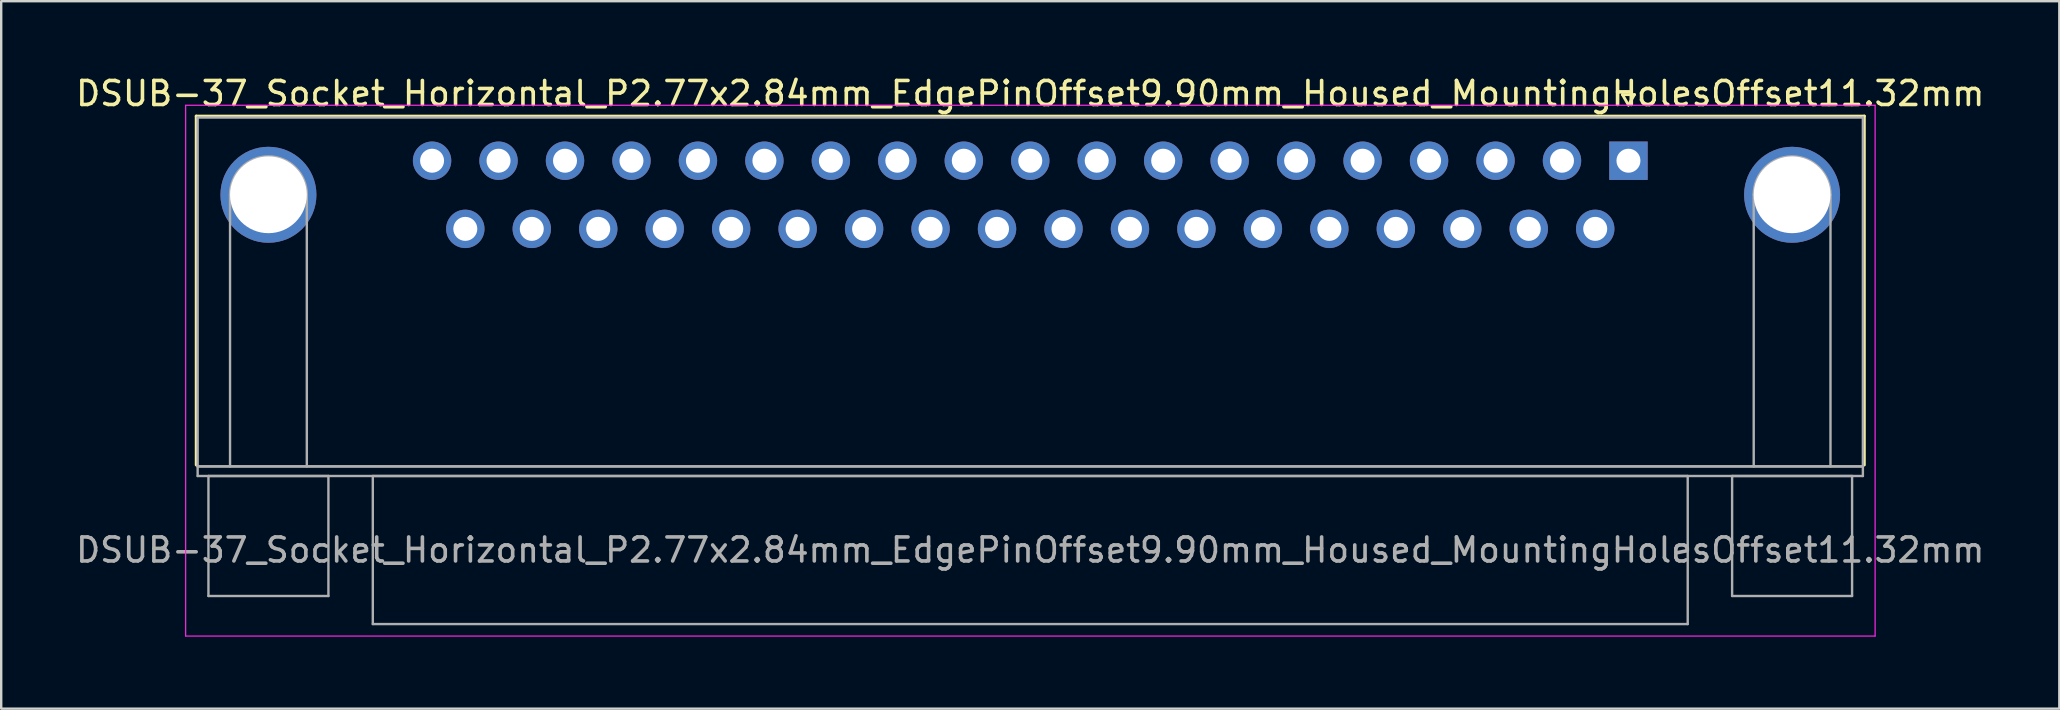
<source format=kicad_pcb>
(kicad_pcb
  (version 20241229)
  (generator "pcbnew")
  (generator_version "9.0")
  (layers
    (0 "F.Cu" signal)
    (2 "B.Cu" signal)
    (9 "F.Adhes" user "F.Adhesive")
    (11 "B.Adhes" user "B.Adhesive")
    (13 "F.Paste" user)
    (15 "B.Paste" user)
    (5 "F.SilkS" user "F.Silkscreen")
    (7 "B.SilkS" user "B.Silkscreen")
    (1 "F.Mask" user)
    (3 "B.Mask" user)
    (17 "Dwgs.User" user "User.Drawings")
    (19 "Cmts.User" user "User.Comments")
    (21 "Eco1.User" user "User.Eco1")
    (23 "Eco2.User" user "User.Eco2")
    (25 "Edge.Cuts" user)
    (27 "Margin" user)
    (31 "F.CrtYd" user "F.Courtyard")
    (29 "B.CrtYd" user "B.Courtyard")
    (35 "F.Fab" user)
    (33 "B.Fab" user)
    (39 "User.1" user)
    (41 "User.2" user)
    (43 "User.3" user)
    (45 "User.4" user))
  (footprint "DSUB-37_Socket_Horizontal_P2.77x2.84mm_EdgePinOffset9.90mm_Housed_MountingHolesOffset11.32mm"
    (layer "F.Cu")
    (at 64.817 3.648)
    (property "Reference" "DSUB-37_Socket_Horizontal_P2.77x2.84mm_EdgePinOffset9.90mm_Housed_MountingHolesOffset11.32mm" (at -24.93 -2.8 0) (layer "F.SilkS") (effects (font (size 1 1) (thickness 0.15))))
    (attr through_hole)
    (fp_line (start -59.69 -1.86) (end 9.83 -1.86) (stroke (width 0.12) (type solid)) (layer "F.SilkS"))
    (fp_line (start -59.69 12.68) (end -59.69 -1.86) (stroke (width 0.12) (type solid)) (layer "F.SilkS"))
    (fp_line (start -0.25 -2.754) (end 0.25 -2.754) (stroke (width 0.12) (type solid)) (layer "F.SilkS"))
    (fp_line (start 0 -2.321) (end -0.25 -2.754) (stroke (width 0.12) (type solid)) (layer "F.SilkS"))
    (fp_line (start 0.25 -2.754) (end 0 -2.321) (stroke (width 0.12) (type solid)) (layer "F.SilkS"))
    (fp_line (start 9.83 -1.86) (end 9.83 12.68) (stroke (width 0.12) (type solid)) (layer "F.SilkS"))
    (fp_line (start -60.13 -2.31) (end -60.13 19.81) (stroke (width 0.05) (type solid)) (layer "F.CrtYd"))
    (fp_line (start -60.13 19.81) (end 10.28 19.81) (stroke (width 0.05) (type solid)) (layer "F.CrtYd"))
    (fp_line (start 10.28 -2.31) (end -60.13 -2.31) (stroke (width 0.05) (type solid)) (layer "F.CrtYd"))
    (fp_line (start 10.28 19.81) (end 10.28 -2.31) (stroke (width 0.05) (type solid)) (layer "F.CrtYd"))
    (fp_line (start -59.63 -1.8) (end -59.63 12.74) (stroke (width 0.1) (type solid)) (layer "F.Fab"))
    (fp_line (start -59.63 12.74) (end -59.63 13.14) (stroke (width 0.1) (type solid)) (layer "F.Fab"))
    (fp_line (start -59.63 12.74) (end 9.77 12.74) (stroke (width 0.1) (type solid)) (layer "F.Fab"))
    (fp_line (start -59.63 13.14) (end 9.77 13.14) (stroke (width 0.1) (type solid)) (layer "F.Fab"))
    (fp_line (start -59.18 13.14) (end -59.18 18.14) (stroke (width 0.1) (type solid)) (layer "F.Fab"))
    (fp_line (start -59.18 18.14) (end -54.18 18.14) (stroke (width 0.1) (type solid)) (layer "F.Fab"))
    (fp_line (start -58.28 12.74) (end -58.28 1.42) (stroke (width 0.1) (type solid)) (layer "F.Fab"))
    (fp_line (start -55.08 12.74) (end -55.08 1.42) (stroke (width 0.1) (type solid)) (layer "F.Fab"))
    (fp_line (start -54.18 13.14) (end -59.18 13.14) (stroke (width 0.1) (type solid)) (layer "F.Fab"))
    (fp_line (start -54.18 18.14) (end -54.18 13.14) (stroke (width 0.1) (type solid)) (layer "F.Fab"))
    (fp_line (start -52.33 13.14) (end -52.33 19.31) (stroke (width 0.1) (type solid)) (layer "F.Fab"))
    (fp_line (start -52.33 19.31) (end 2.47 19.31) (stroke (width 0.1) (type solid)) (layer "F.Fab"))
    (fp_line (start 2.47 13.14) (end -52.33 13.14) (stroke (width 0.1) (type solid)) (layer "F.Fab"))
    (fp_line (start 2.47 19.31) (end 2.47 13.14) (stroke (width 0.1) (type solid)) (layer "F.Fab"))
    (fp_line (start 4.32 13.14) (end 4.32 18.14) (stroke (width 0.1) (type solid)) (layer "F.Fab"))
    (fp_line (start 4.32 18.14) (end 9.32 18.14) (stroke (width 0.1) (type solid)) (layer "F.Fab"))
    (fp_line (start 5.22 12.74) (end 5.22 1.42) (stroke (width 0.1) (type solid)) (layer "F.Fab"))
    (fp_line (start 8.42 12.74) (end 8.42 1.42) (stroke (width 0.1) (type solid)) (layer "F.Fab"))
    (fp_line (start 9.32 13.14) (end 4.32 13.14) (stroke (width 0.1) (type solid)) (layer "F.Fab"))
    (fp_line (start 9.32 18.14) (end 9.32 13.14) (stroke (width 0.1) (type solid)) (layer "F.Fab"))
    (fp_line (start 9.77 -1.8) (end -59.63 -1.8) (stroke (width 0.1) (type solid)) (layer "F.Fab"))
    (fp_line (start 9.77 12.74) (end -59.63 12.74) (stroke (width 0.1) (type solid)) (layer "F.Fab"))
    (fp_line (start 9.77 12.74) (end 9.77 -1.8) (stroke (width 0.1) (type solid)) (layer "F.Fab"))
    (fp_line (start 9.77 13.14) (end 9.77 12.74) (stroke (width 0.1) (type solid)) (layer "F.Fab"))
    (fp_arc (start -58.28 1.42) (mid -56.68 -0.18) (end -55.08 1.42) (stroke (width 0.1) (type solid)) (layer "F.Fab"))
    (fp_arc (start 5.22 1.42) (mid 6.82 -0.18) (end 8.42 1.42) (stroke (width 0.1) (type solid)) (layer "F.Fab"))
    (fp_text user "${REFERENCE}" (at -24.93 16.225 0) (layer "F.Fab") (effects (font (size 1 1) (thickness 0.15))))
    (pad "0" thru_hole circle (at -56.68 1.42) (size 4 4) (drill 3.2) (layers "*.Cu" "*.Mask"))
    (pad "0" thru_hole circle (at 6.82 1.42) (size 4 4) (drill 3.2) (layers "*.Cu" "*.Mask"))
    (pad "1" thru_hole rect (at 0 0) (size 1.6 1.6) (drill 1) (layers "*.Cu" "*.Mask"))
    (pad "2" thru_hole circle (at -2.77 0) (size 1.6 1.6) (drill 1) (layers "*.Cu" "*.Mask"))
    (pad "3" thru_hole circle (at -5.54 0) (size 1.6 1.6) (drill 1) (layers "*.Cu" "*.Mask"))
    (pad "4" thru_hole circle (at -8.31 0) (size 1.6 1.6) (drill 1) (layers "*.Cu" "*.Mask"))
    (pad "5" thru_hole circle (at -11.08 0) (size 1.6 1.6) (drill 1) (layers "*.Cu" "*.Mask"))
    (pad "6" thru_hole circle (at -13.85 0) (size 1.6 1.6) (drill 1) (layers "*.Cu" "*.Mask"))
    (pad "7" thru_hole circle (at -16.62 0) (size 1.6 1.6) (drill 1) (layers "*.Cu" "*.Mask"))
    (pad "8" thru_hole circle (at -19.39 0) (size 1.6 1.6) (drill 1) (layers "*.Cu" "*.Mask"))
    (pad "9" thru_hole circle (at -22.16 0) (size 1.6 1.6) (drill 1) (layers "*.Cu" "*.Mask"))
    (pad "10" thru_hole circle (at -24.93 0) (size 1.6 1.6) (drill 1) (layers "*.Cu" "*.Mask"))
    (pad "11" thru_hole circle (at -27.7 0) (size 1.6 1.6) (drill 1) (layers "*.Cu" "*.Mask"))
    (pad "12" thru_hole circle (at -30.47 0) (size 1.6 1.6) (drill 1) (layers "*.Cu" "*.Mask"))
    (pad "13" thru_hole circle (at -33.24 0) (size 1.6 1.6) (drill 1) (layers "*.Cu" "*.Mask"))
    (pad "14" thru_hole circle (at -36.01 0) (size 1.6 1.6) (drill 1) (layers "*.Cu" "*.Mask"))
    (pad "15" thru_hole circle (at -38.78 0) (size 1.6 1.6) (drill 1) (layers "*.Cu" "*.Mask"))
    (pad "16" thru_hole circle (at -41.55 0) (size 1.6 1.6) (drill 1) (layers "*.Cu" "*.Mask"))
    (pad "17" thru_hole circle (at -44.32 0) (size 1.6 1.6) (drill 1) (layers "*.Cu" "*.Mask"))
    (pad "18" thru_hole circle (at -47.09 0) (size 1.6 1.6) (drill 1) (layers "*.Cu" "*.Mask"))
    (pad "19" thru_hole circle (at -49.86 0) (size 1.6 1.6) (drill 1) (layers "*.Cu" "*.Mask"))
    (pad "20" thru_hole circle (at -1.385 2.84) (size 1.6 1.6) (drill 1) (layers "*.Cu" "*.Mask"))
    (pad "21" thru_hole circle (at -4.155 2.84) (size 1.6 1.6) (drill 1) (layers "*.Cu" "*.Mask"))
    (pad "22" thru_hole circle (at -6.925 2.84) (size 1.6 1.6) (drill 1) (layers "*.Cu" "*.Mask"))
    (pad "23" thru_hole circle (at -9.695 2.84) (size 1.6 1.6) (drill 1) (layers "*.Cu" "*.Mask"))
    (pad "24" thru_hole circle (at -12.465 2.84) (size 1.6 1.6) (drill 1) (layers "*.Cu" "*.Mask"))
    (pad "25" thru_hole circle (at -15.235 2.84) (size 1.6 1.6) (drill 1) (layers "*.Cu" "*.Mask"))
    (pad "26" thru_hole circle (at -18.005 2.84) (size 1.6 1.6) (drill 1) (layers "*.Cu" "*.Mask"))
    (pad "27" thru_hole circle (at -20.775 2.84) (size 1.6 1.6) (drill 1) (layers "*.Cu" "*.Mask"))
    (pad "28" thru_hole circle (at -23.545 2.84) (size 1.6 1.6) (drill 1) (layers "*.Cu" "*.Mask"))
    (pad "29" thru_hole circle (at -26.315 2.84) (size 1.6 1.6) (drill 1) (layers "*.Cu" "*.Mask"))
    (pad "30" thru_hole circle (at -29.085 2.84) (size 1.6 1.6) (drill 1) (layers "*.Cu" "*.Mask"))
    (pad "31" thru_hole circle (at -31.855 2.84) (size 1.6 1.6) (drill 1) (layers "*.Cu" "*.Mask"))
    (pad "32" thru_hole circle (at -34.625 2.84) (size 1.6 1.6) (drill 1) (layers "*.Cu" "*.Mask"))
    (pad "33" thru_hole circle (at -37.395 2.84) (size 1.6 1.6) (drill 1) (layers "*.Cu" "*.Mask"))
    (pad "34" thru_hole circle (at -40.165 2.84) (size 1.6 1.6) (drill 1) (layers "*.Cu" "*.Mask"))
    (pad "35" thru_hole circle (at -42.935 2.84) (size 1.6 1.6) (drill 1) (layers "*.Cu" "*.Mask"))
    (pad "36" thru_hole circle (at -45.705 2.84) (size 1.6 1.6) (drill 1) (layers "*.Cu" "*.Mask"))
    (pad "37" thru_hole circle (at -48.475 2.84) (size 1.6 1.6) (drill 1) (layers "*.Cu" "*.Mask")))
  (gr_rect
    (start -3 -3)
    (end 82.774 26.483)
    (stroke (width 0.1) (type default))
    (fill no)
    (layer "Edge.Cuts")))
</source>
